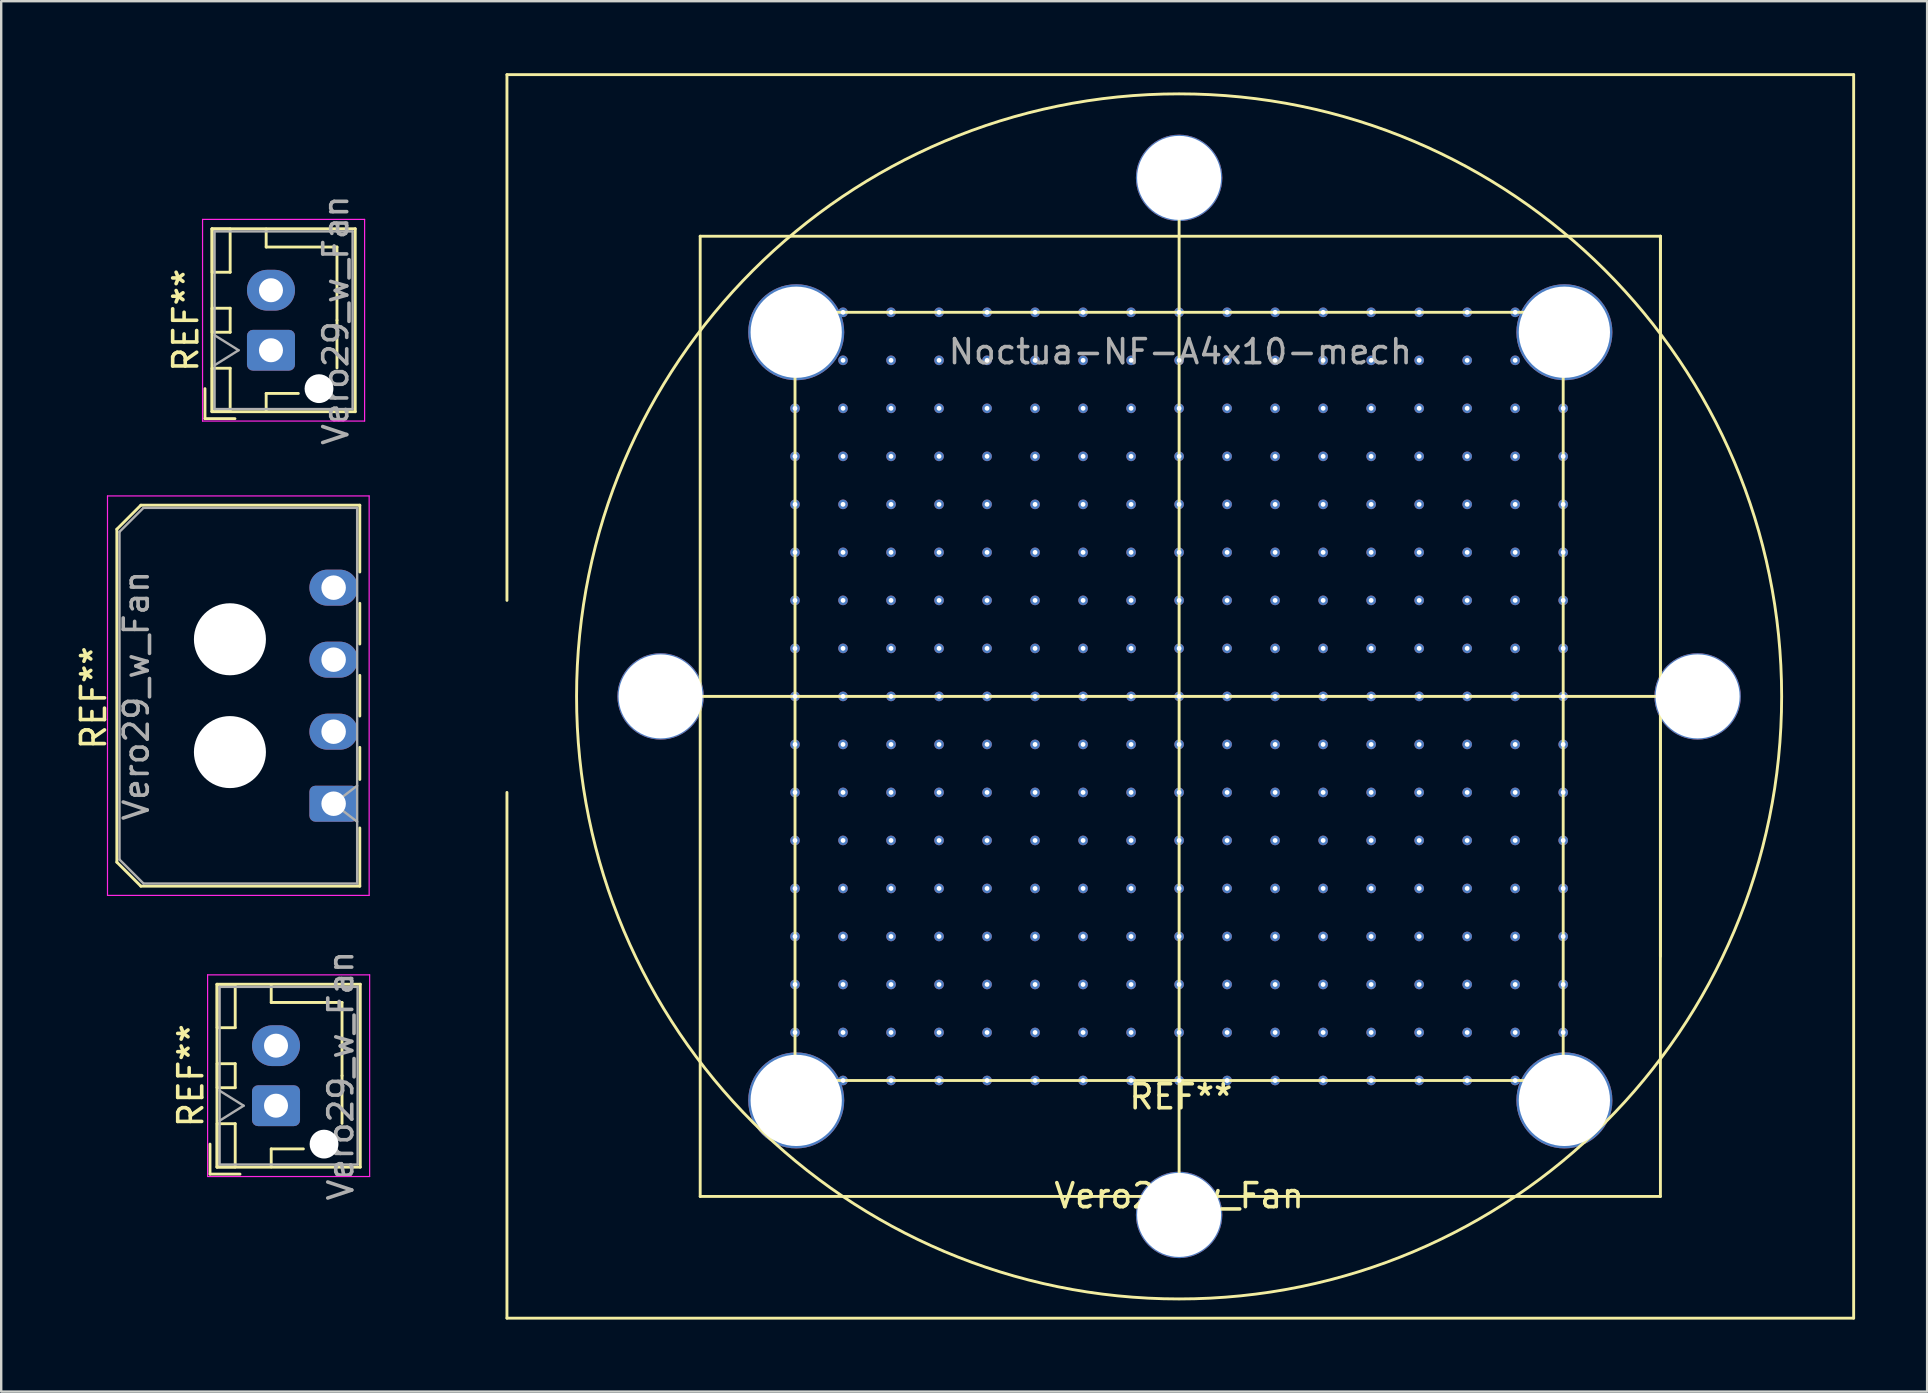
<source format=kicad_pcb>
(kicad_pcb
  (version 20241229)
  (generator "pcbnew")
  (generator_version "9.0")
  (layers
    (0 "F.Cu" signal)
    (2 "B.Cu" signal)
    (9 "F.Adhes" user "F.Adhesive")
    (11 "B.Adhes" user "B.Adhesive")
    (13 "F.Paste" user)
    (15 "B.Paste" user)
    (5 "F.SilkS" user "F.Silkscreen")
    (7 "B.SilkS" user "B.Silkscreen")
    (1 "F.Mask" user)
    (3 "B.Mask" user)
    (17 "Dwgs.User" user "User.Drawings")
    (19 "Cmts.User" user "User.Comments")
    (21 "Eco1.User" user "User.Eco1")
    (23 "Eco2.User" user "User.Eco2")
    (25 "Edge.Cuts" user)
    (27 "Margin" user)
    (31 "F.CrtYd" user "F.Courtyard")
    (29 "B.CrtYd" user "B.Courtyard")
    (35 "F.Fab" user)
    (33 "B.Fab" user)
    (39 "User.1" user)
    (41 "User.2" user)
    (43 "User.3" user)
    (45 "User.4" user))
  (footprint "Vero29_w_Fan"
    (layer "F.Cu")
    (at 46.068 25.96)
    (property "Reference" "Vero29_w_Fan" (at 0 20.8 0) (layer "F.SilkS") (effects (font (size 1 1) (thickness 0.15))))
    (attr through_hole)
    (fp_line (start -44.25 -6.965) (end -43.25 -7.965) (stroke (width 0.12) (type solid)) (layer "F.SilkS"))
    (fp_line (start -44.25 6.905) (end -44.25 -6.965) (stroke (width 0.12) (type solid)) (layer "F.SilkS"))
    (fp_line (start -43.25 -7.965) (end -34.13 -7.965) (stroke (width 0.12) (type solid)) (layer "F.SilkS"))
    (fp_line (start -43.25 7.905) (end -44.25 6.905) (stroke (width 0.12) (type solid)) (layer "F.SilkS"))
    (fp_line (start -40.58 -12.82) (end -40.58 -11.57) (stroke (width 0.12) (type solid)) (layer "F.SilkS"))
    (fp_line (start -40.58 -11.57) (end -39.33 -11.57) (stroke (width 0.12) (type solid)) (layer "F.SilkS"))
    (fp_line (start -40.37 18.65) (end -40.37 19.9) (stroke (width 0.12) (type solid)) (layer "F.SilkS"))
    (fp_line (start -40.37 19.9) (end -39.12 19.9) (stroke (width 0.12) (type solid)) (layer "F.SilkS"))
    (fp_line (start -40.29 -19.48) (end -40.29 -11.86) (stroke (width 0.12) (type solid)) (layer "F.SilkS"))
    (fp_line (start -40.29 -11.86) (end -34.32 -11.86) (stroke (width 0.12) (type solid)) (layer "F.SilkS"))
    (fp_line (start -40.28 -19.47) (end -40.28 -17.67) (stroke (width 0.12) (type solid)) (layer "F.SilkS"))
    (fp_line (start -40.28 -17.67) (end -39.53 -17.67) (stroke (width 0.12) (type solid)) (layer "F.SilkS"))
    (fp_line (start -40.28 -16.17) (end -40.28 -15.17) (stroke (width 0.12) (type solid)) (layer "F.SilkS"))
    (fp_line (start -40.28 -15.17) (end -39.53 -15.17) (stroke (width 0.12) (type solid)) (layer "F.SilkS"))
    (fp_line (start -40.28 -13.67) (end -40.28 -11.87) (stroke (width 0.12) (type solid)) (layer "F.SilkS"))
    (fp_line (start -40.28 -11.87) (end -39.53 -11.87) (stroke (width 0.12) (type solid)) (layer "F.SilkS"))
    (fp_line (start -40.08 11.99) (end -40.08 19.61) (stroke (width 0.12) (type solid)) (layer "F.SilkS"))
    (fp_line (start -40.08 19.61) (end -34.11 19.61) (stroke (width 0.12) (type solid)) (layer "F.SilkS"))
    (fp_line (start -40.07 12) (end -40.07 13.8) (stroke (width 0.12) (type solid)) (layer "F.SilkS"))
    (fp_line (start -40.07 13.8) (end -39.32 13.8) (stroke (width 0.12) (type solid)) (layer "F.SilkS"))
    (fp_line (start -40.07 15.3) (end -40.07 16.3) (stroke (width 0.12) (type solid)) (layer "F.SilkS"))
    (fp_line (start -40.07 16.3) (end -39.32 16.3) (stroke (width 0.12) (type solid)) (layer "F.SilkS"))
    (fp_line (start -40.07 17.8) (end -40.07 19.6) (stroke (width 0.12) (type solid)) (layer "F.SilkS"))
    (fp_line (start -40.07 19.6) (end -39.32 19.6) (stroke (width 0.12) (type solid)) (layer "F.SilkS"))
    (fp_line (start -39.53 -19.47) (end -40.28 -19.47) (stroke (width 0.12) (type solid)) (layer "F.SilkS"))
    (fp_line (start -39.53 -17.67) (end -39.53 -19.47) (stroke (width 0.12) (type solid)) (layer "F.SilkS"))
    (fp_line (start -39.53 -16.17) (end -40.28 -16.17) (stroke (width 0.12) (type solid)) (layer "F.SilkS"))
    (fp_line (start -39.53 -15.17) (end -39.53 -16.17) (stroke (width 0.12) (type solid)) (layer "F.SilkS"))
    (fp_line (start -39.53 -13.67) (end -40.28 -13.67) (stroke (width 0.12) (type solid)) (layer "F.SilkS"))
    (fp_line (start -39.53 -11.87) (end -39.53 -13.67) (stroke (width 0.12) (type solid)) (layer "F.SilkS"))
    (fp_line (start -39.32 12) (end -40.07 12) (stroke (width 0.12) (type solid)) (layer "F.SilkS"))
    (fp_line (start -39.32 13.8) (end -39.32 12) (stroke (width 0.12) (type solid)) (layer "F.SilkS"))
    (fp_line (start -39.32 15.3) (end -40.07 15.3) (stroke (width 0.12) (type solid)) (layer "F.SilkS"))
    (fp_line (start -39.32 16.3) (end -39.32 15.3) (stroke (width 0.12) (type solid)) (layer "F.SilkS"))
    (fp_line (start -39.32 17.8) (end -40.07 17.8) (stroke (width 0.12) (type solid)) (layer "F.SilkS"))
    (fp_line (start -39.32 19.6) (end -39.32 17.8) (stroke (width 0.12) (type solid)) (layer "F.SilkS"))
    (fp_line (start -38.03 -19.47) (end -38.03 -18.72) (stroke (width 0.12) (type solid)) (layer "F.SilkS"))
    (fp_line (start -38.03 -18.72) (end -35.08 -18.72) (stroke (width 0.12) (type solid)) (layer "F.SilkS"))
    (fp_line (start -38.03 -12.62) (end -36.69 -12.62) (stroke (width 0.12) (type solid)) (layer "F.SilkS"))
    (fp_line (start -38.03 -11.87) (end -38.03 -12.62) (stroke (width 0.12) (type solid)) (layer "F.SilkS"))
    (fp_line (start -37.82 12) (end -37.82 12.75) (stroke (width 0.12) (type solid)) (layer "F.SilkS"))
    (fp_line (start -37.82 12.75) (end -34.87 12.75) (stroke (width 0.12) (type solid)) (layer "F.SilkS"))
    (fp_line (start -37.82 18.85) (end -36.48 18.85) (stroke (width 0.12) (type solid)) (layer "F.SilkS"))
    (fp_line (start -37.82 19.6) (end -37.82 18.85) (stroke (width 0.12) (type solid)) (layer "F.SilkS"))
    (fp_line (start -35.08 -18.72) (end -35.08 -15.67) (stroke (width 0.12) (type solid)) (layer "F.SilkS"))
    (fp_line (start -35.08 -15.67) (end -35.08 -13.68) (stroke (width 0.12) (type solid)) (layer "F.SilkS"))
    (fp_line (start -34.87 12.75) (end -34.87 15.8) (stroke (width 0.12) (type solid)) (layer "F.SilkS"))
    (fp_line (start -34.87 15.8) (end -34.87 17.79) (stroke (width 0.12) (type solid)) (layer "F.SilkS"))
    (fp_line (start -34.32 -19.48) (end -40.29 -19.48) (stroke (width 0.12) (type solid)) (layer "F.SilkS"))
    (fp_line (start -34.32 -11.86) (end -34.32 -19.48) (stroke (width 0.12) (type solid)) (layer "F.SilkS"))
    (fp_line (start -34.13 -7.965) (end -34.13 -5.182) (stroke (width 0.12) (type solid)) (layer "F.SilkS"))
    (fp_line (start -34.13 -2.182) (end -34.13 -3.878) (stroke (width 0.12) (type solid)) (layer "F.SilkS"))
    (fp_line (start -34.13 0.818) (end -34.13 -0.878) (stroke (width 0.12) (type solid)) (layer "F.SilkS"))
    (fp_line (start -34.13 3.46) (end -34.13 2.122) (stroke (width 0.12) (type solid)) (layer "F.SilkS"))
    (fp_line (start -34.13 7.905) (end -43.25 7.905) (stroke (width 0.12) (type solid)) (layer "F.SilkS"))
    (fp_line (start -34.13 7.905) (end -34.13 5.48) (stroke (width 0.12) (type solid)) (layer "F.SilkS"))
    (fp_line (start -34.11 11.99) (end -40.08 11.99) (stroke (width 0.12) (type solid)) (layer "F.SilkS"))
    (fp_line (start -34.11 19.61) (end -34.11 11.99) (stroke (width 0.12) (type solid)) (layer "F.SilkS"))
    (fp_line (start -28 -25.9) (end 28.1 -25.9) (stroke (width 0.12) (type solid)) (layer "F.SilkS"))
    (fp_line (start -28 -4) (end -28 -25.9) (stroke (width 0.12) (type solid)) (layer "F.SilkS"))
    (fp_line (start -28 25.9) (end -28 4) (stroke (width 0.12) (type solid)) (layer "F.SilkS"))
    (fp_line (start -21.5 0) (end 21.5 0) (stroke (width 0.12) (type solid)) (layer "F.SilkS"))
    (fp_line (start -19.95 -19.17) (end -19.95 20.83) (stroke (width 0.12) (type solid)) (layer "F.SilkS"))
    (fp_line (start -19.95 -19.17) (end 20.05 -19.17) (stroke (width 0.12) (type solid)) (layer "F.SilkS"))
    (fp_line (start -19.95 20.83) (end 20.05 20.83) (stroke (width 0.12) (type solid)) (layer "F.SilkS"))
    (fp_line (start -16 -16) (end -16 16) (stroke (width 0.12) (type solid)) (layer "F.SilkS"))
    (fp_line (start -16 -16) (end 16 -16) (stroke (width 0.12) (type solid)) (layer "F.SilkS"))
    (fp_line (start -16 16) (end 16 16) (stroke (width 0.12) (type solid)) (layer "F.SilkS"))
    (fp_line (start 0 21.5) (end 0 -21.5) (stroke (width 0.12) (type solid)) (layer "F.SilkS"))
    (fp_line (start 16 16) (end 16 -16) (stroke (width 0.12) (type solid)) (layer "F.SilkS"))
    (fp_line (start 20.05 -19.17) (end 20.05 20.83) (stroke (width 0.12) (type solid)) (layer "F.SilkS"))
    (fp_line (start 20.05 10.83) (end 20.05 -19.17) (stroke (width 0.12) (type solid)) (layer "F.SilkS"))
    (fp_line (start 28.1 -25.9) (end 28.1 25.9) (stroke (width 0.12) (type solid)) (layer "F.SilkS"))
    (fp_line (start 28.1 25.9) (end -28 25.9) (stroke (width 0.12) (type solid)) (layer "F.SilkS"))
    (fp_circle (center 0 0) (end 25.1 0) (stroke (width 0.12) (type solid)) (fill no) (layer "F.SilkS"))
    (fp_line (start -44.64 -8.35) (end -33.74 -8.35) (stroke (width 0.05) (type solid)) (layer "F.CrtYd"))
    (fp_line (start -44.64 8.29) (end -44.64 -8.35) (stroke (width 0.05) (type solid)) (layer "F.CrtYd"))
    (fp_line (start -40.68 -19.87) (end -40.68 -11.47) (stroke (width 0.05) (type solid)) (layer "F.CrtYd"))
    (fp_line (start -40.68 -11.47) (end -33.93 -11.47) (stroke (width 0.05) (type solid)) (layer "F.CrtYd"))
    (fp_line (start -40.47 11.6) (end -40.47 20) (stroke (width 0.05) (type solid)) (layer "F.CrtYd"))
    (fp_line (start -40.47 20) (end -33.72 20) (stroke (width 0.05) (type solid)) (layer "F.CrtYd"))
    (fp_line (start -33.93 -19.87) (end -40.68 -19.87) (stroke (width 0.05) (type solid)) (layer "F.CrtYd"))
    (fp_line (start -33.93 -11.47) (end -33.93 -19.87) (stroke (width 0.05) (type solid)) (layer "F.CrtYd"))
    (fp_line (start -33.74 -8.35) (end -33.74 8.29) (stroke (width 0.05) (type solid)) (layer "F.CrtYd"))
    (fp_line (start -33.74 8.29) (end -44.64 8.29) (stroke (width 0.05) (type solid)) (layer "F.CrtYd"))
    (fp_line (start -33.72 11.6) (end -40.47 11.6) (stroke (width 0.05) (type solid)) (layer "F.CrtYd"))
    (fp_line (start -33.72 20) (end -33.72 11.6) (stroke (width 0.05) (type solid)) (layer "F.CrtYd"))
    (fp_line (start -44.14 -6.855) (end -43.14 -7.855) (stroke (width 0.1) (type solid)) (layer "F.Fab"))
    (fp_line (start -44.14 6.795) (end -44.14 -6.855) (stroke (width 0.1) (type solid)) (layer "F.Fab"))
    (fp_line (start -43.14 -7.855) (end -34.24 -7.855) (stroke (width 0.1) (type solid)) (layer "F.Fab"))
    (fp_line (start -43.14 7.795) (end -44.14 6.795) (stroke (width 0.1) (type solid)) (layer "F.Fab"))
    (fp_line (start -40.18 -19.37) (end -40.18 -11.97) (stroke (width 0.1) (type solid)) (layer "F.Fab"))
    (fp_line (start -40.18 -13.795) (end -39.18 -14.42) (stroke (width 0.1) (type solid)) (layer "F.Fab"))
    (fp_line (start -40.18 -11.97) (end -34.43 -11.97) (stroke (width 0.1) (type solid)) (layer "F.Fab"))
    (fp_line (start -39.97 12.1) (end -39.97 19.5) (stroke (width 0.1) (type solid)) (layer "F.Fab"))
    (fp_line (start -39.97 17.675) (end -38.97 17.05) (stroke (width 0.1) (type solid)) (layer "F.Fab"))
    (fp_line (start -39.97 19.5) (end -34.22 19.5) (stroke (width 0.1) (type solid)) (layer "F.Fab"))
    (fp_line (start -39.18 -14.42) (end -40.18 -15.045) (stroke (width 0.1) (type solid)) (layer "F.Fab"))
    (fp_line (start -38.97 17.05) (end -39.97 16.425) (stroke (width 0.1) (type solid)) (layer "F.Fab"))
    (fp_line (start -35.22 4.47) (end -34.24 3.72) (stroke (width 0.1) (type solid)) (layer "F.Fab"))
    (fp_line (start -34.43 -19.37) (end -40.18 -19.37) (stroke (width 0.1) (type solid)) (layer "F.Fab"))
    (fp_line (start -34.43 -11.97) (end -34.43 -19.37) (stroke (width 0.1) (type solid)) (layer "F.Fab"))
    (fp_line (start -34.24 -7.855) (end -34.24 7.795) (stroke (width 0.1) (type solid)) (layer "F.Fab"))
    (fp_line (start -34.24 5.22) (end -35.22 4.47) (stroke (width 0.1) (type solid)) (layer "F.Fab"))
    (fp_line (start -34.24 7.795) (end -43.14 7.795) (stroke (width 0.1) (type solid)) (layer "F.Fab"))
    (fp_line (start -34.22 12.1) (end -39.97 12.1) (stroke (width 0.1) (type solid)) (layer "F.Fab"))
    (fp_line (start -34.22 19.5) (end -34.22 12.1) (stroke (width 0.1) (type solid)) (layer "F.Fab"))
    (fp_text user "REF**" (at -41.17 15.8 270) (layer "F.SilkS") (effects (font (size 1 1) (thickness 0.15))))
    (fp_text user "REF**" (at 0.075 16.68 0) (layer "F.SilkS") (effects (font (size 1 1) (thickness 0.15))))
    (fp_text user "REF**" (at -41.38 -15.67 270) (layer "F.SilkS") (effects (font (size 1 1) (thickness 0.15))))
    (fp_text user "REF**" (at -45.22 0.06 90) (layer "F.SilkS") (effects (font (size 1 1) (thickness 0.15))))
    (fp_text user "${REFERENCE}" (at -43.44 -0.03 270) (layer "F.Fab") (effects (font (size 1 1) (thickness 0.15))))
    (fp_text user "${REFERENCE}" (at -35.13 -15.67 270) (layer "F.Fab") (effects (font (size 1 1) (thickness 0.15))))
    (fp_text user "Noctua-NF-A4x10-mech" (at 0.05 -14.359 0) (layer "F.Fab") (effects (font (size 1 1) (thickness 0.15))))
    (fp_text user "${REFERENCE}" (at -34.92 15.8 270) (layer "F.Fab") (effects (font (size 1 1) (thickness 0.15))))
    (pad "" np_thru_hole circle (at -39.54 -2.38 90) (size 3 3) (drill 3) (layers "*.Cu" "*.Mask"))
    (pad "" np_thru_hole circle (at -39.54 2.32 90) (size 3 3) (drill 3) (layers "*.Cu" "*.Mask"))
    (pad "" np_thru_hole circle (at -35.83 -12.82 90) (size 1.2 1.2) (drill 1.2) (layers "*.Cu" "*.Mask"))
    (pad "" np_thru_hole circle (at -35.62 18.65 90) (size 1.2 1.2) (drill 1.2) (layers "*.Cu" "*.Mask"))
    (pad "0" thru_hole circle (at -21.6 0) (size 3.6 3.6) (drill 3.5) (layers "*.Cu" "*.Mask"))
    (pad "0" thru_hole circle (at -16 -16) (size 0.4 0.4) (drill 0.2) (layers "*.Cu" "*.Mask"))
    (pad "0" thru_hole circle (at -16 -14) (size 0.4 0.4) (drill 0.2) (layers "*.Cu" "*.Mask"))
    (pad "0" thru_hole circle (at -16 -12) (size 0.4 0.4) (drill 0.2) (layers "*.Cu" "*.Mask"))
    (pad "0" thru_hole circle (at -16 -10) (size 0.4 0.4) (drill 0.2) (layers "*.Cu" "*.Mask"))
    (pad "0" thru_hole circle (at -16 -8) (size 0.4 0.4) (drill 0.2) (layers "*.Cu" "*.Mask"))
    (pad "0" thru_hole circle (at -16 -6) (size 0.4 0.4) (drill 0.2) (layers "*.Cu" "*.Mask"))
    (pad "0" thru_hole circle (at -16 -4) (size 0.4 0.4) (drill 0.2) (layers "*.Cu" "*.Mask"))
    (pad "0" thru_hole circle (at -16 -2) (size 0.4 0.4) (drill 0.2) (layers "*.Cu" "*.Mask"))
    (pad "0" thru_hole circle (at -16 0) (size 0.4 0.4) (drill 0.2) (layers "*.Cu" "*.Mask"))
    (pad "0" thru_hole circle (at -16 2) (size 0.4 0.4) (drill 0.2) (layers "*.Cu" "*.Mask"))
    (pad "0" thru_hole circle (at -16 4) (size 0.4 0.4) (drill 0.2) (layers "*.Cu" "*.Mask"))
    (pad "0" thru_hole circle (at -16 6) (size 0.4 0.4) (drill 0.2) (layers "*.Cu" "*.Mask"))
    (pad "0" thru_hole circle (at -16 8) (size 0.4 0.4) (drill 0.2) (layers "*.Cu" "*.Mask"))
    (pad "0" thru_hole circle (at -16 10) (size 0.4 0.4) (drill 0.2) (layers "*.Cu" "*.Mask"))
    (pad "0" thru_hole circle (at -16 12) (size 0.4 0.4) (drill 0.2) (layers "*.Cu" "*.Mask"))
    (pad "0" thru_hole circle (at -16 14) (size 0.4 0.4) (drill 0.2) (layers "*.Cu" "*.Mask"))
    (pad "0" thru_hole circle (at -16 16) (size 0.4 0.4) (drill 0.2) (layers "*.Cu" "*.Mask"))
    (pad "0" thru_hole circle (at -15.95 -15.17) (size 4 4) (drill 3.8) (layers "*.Cu" "*.Mask"))
    (pad "0" thru_hole circle (at -15.95 16.83) (size 4 4) (drill 3.8) (layers "*.Cu" "*.Mask"))
    (pad "0" thru_hole circle (at -14 -16) (size 0.4 0.4) (drill 0.2) (layers "*.Cu" "*.Mask"))
    (pad "0" thru_hole circle (at -14 -14) (size 0.4 0.4) (drill 0.2) (layers "*.Cu" "*.Mask"))
    (pad "0" thru_hole circle (at -14 -12) (size 0.4 0.4) (drill 0.2) (layers "*.Cu" "*.Mask"))
    (pad "0" thru_hole circle (at -14 -10) (size 0.4 0.4) (drill 0.2) (layers "*.Cu" "*.Mask"))
    (pad "0" thru_hole circle (at -14 -8) (size 0.4 0.4) (drill 0.2) (layers "*.Cu" "*.Mask"))
    (pad "0" thru_hole circle (at -14 -6) (size 0.4 0.4) (drill 0.2) (layers "*.Cu" "*.Mask"))
    (pad "0" thru_hole circle (at -14 -4) (size 0.4 0.4) (drill 0.2) (layers "*.Cu" "*.Mask"))
    (pad "0" thru_hole circle (at -14 -2) (size 0.4 0.4) (drill 0.2) (layers "*.Cu" "*.Mask"))
    (pad "0" thru_hole circle (at -14 0) (size 0.4 0.4) (drill 0.2) (layers "*.Cu" "*.Mask"))
    (pad "0" thru_hole circle (at -14 2) (size 0.4 0.4) (drill 0.2) (layers "*.Cu" "*.Mask"))
    (pad "0" thru_hole circle (at -14 4) (size 0.4 0.4) (drill 0.2) (layers "*.Cu" "*.Mask"))
    (pad "0" thru_hole circle (at -14 6) (size 0.4 0.4) (drill 0.2) (layers "*.Cu" "*.Mask"))
    (pad "0" thru_hole circle (at -14 8) (size 0.4 0.4) (drill 0.2) (layers "*.Cu" "*.Mask"))
    (pad "0" thru_hole circle (at -14 10) (size 0.4 0.4) (drill 0.2) (layers "*.Cu" "*.Mask"))
    (pad "0" thru_hole circle (at -14 12) (size 0.4 0.4) (drill 0.2) (layers "*.Cu" "*.Mask"))
    (pad "0" thru_hole circle (at -14 14) (size 0.4 0.4) (drill 0.2) (layers "*.Cu" "*.Mask"))
    (pad "0" thru_hole circle (at -14 16) (size 0.4 0.4) (drill 0.2) (layers "*.Cu" "*.Mask"))
    (pad "0" thru_hole circle (at -12 -16) (size 0.4 0.4) (drill 0.2) (layers "*.Cu" "*.Mask"))
    (pad "0" thru_hole circle (at -12 -14) (size 0.4 0.4) (drill 0.2) (layers "*.Cu" "*.Mask"))
    (pad "0" thru_hole circle (at -12 -12) (size 0.4 0.4) (drill 0.2) (layers "*.Cu" "*.Mask"))
    (pad "0" thru_hole circle (at -12 -10) (size 0.4 0.4) (drill 0.2) (layers "*.Cu" "*.Mask"))
    (pad "0" thru_hole circle (at -12 -8) (size 0.4 0.4) (drill 0.2) (layers "*.Cu" "*.Mask"))
    (pad "0" thru_hole circle (at -12 -6) (size 0.4 0.4) (drill 0.2) (layers "*.Cu" "*.Mask"))
    (pad "0" thru_hole circle (at -12 -4) (size 0.4 0.4) (drill 0.2) (layers "*.Cu" "*.Mask"))
    (pad "0" thru_hole circle (at -12 -2) (size 0.4 0.4) (drill 0.2) (layers "*.Cu" "*.Mask"))
    (pad "0" thru_hole circle (at -12 0) (size 0.4 0.4) (drill 0.2) (layers "*.Cu" "*.Mask"))
    (pad "0" thru_hole circle (at -12 2) (size 0.4 0.4) (drill 0.2) (layers "*.Cu" "*.Mask"))
    (pad "0" thru_hole circle (at -12 4) (size 0.4 0.4) (drill 0.2) (layers "*.Cu" "*.Mask"))
    (pad "0" thru_hole circle (at -12 6) (size 0.4 0.4) (drill 0.2) (layers "*.Cu" "*.Mask"))
    (pad "0" thru_hole circle (at -12 8) (size 0.4 0.4) (drill 0.2) (layers "*.Cu" "*.Mask"))
    (pad "0" thru_hole circle (at -12 10) (size 0.4 0.4) (drill 0.2) (layers "*.Cu" "*.Mask"))
    (pad "0" thru_hole circle (at -12 12) (size 0.4 0.4) (drill 0.2) (layers "*.Cu" "*.Mask"))
    (pad "0" thru_hole circle (at -12 14) (size 0.4 0.4) (drill 0.2) (layers "*.Cu" "*.Mask"))
    (pad "0" thru_hole circle (at -12 16) (size 0.4 0.4) (drill 0.2) (layers "*.Cu" "*.Mask"))
    (pad "0" thru_hole circle (at -10 -16) (size 0.4 0.4) (drill 0.2) (layers "*.Cu" "*.Mask"))
    (pad "0" thru_hole circle (at -10 -14) (size 0.4 0.4) (drill 0.2) (layers "*.Cu" "*.Mask"))
    (pad "0" thru_hole circle (at -10 -12) (size 0.4 0.4) (drill 0.2) (layers "*.Cu" "*.Mask"))
    (pad "0" thru_hole circle (at -10 -10) (size 0.4 0.4) (drill 0.2) (layers "*.Cu" "*.Mask"))
    (pad "0" thru_hole circle (at -10 -8) (size 0.4 0.4) (drill 0.2) (layers "*.Cu" "*.Mask"))
    (pad "0" thru_hole circle (at -10 -6) (size 0.4 0.4) (drill 0.2) (layers "*.Cu" "*.Mask"))
    (pad "0" thru_hole circle (at -10 -4) (size 0.4 0.4) (drill 0.2) (layers "*.Cu" "*.Mask"))
    (pad "0" thru_hole circle (at -10 -2) (size 0.4 0.4) (drill 0.2) (layers "*.Cu" "*.Mask"))
    (pad "0" thru_hole circle (at -10 0) (size 0.4 0.4) (drill 0.2) (layers "*.Cu" "*.Mask"))
    (pad "0" thru_hole circle (at -10 2) (size 0.4 0.4) (drill 0.2) (layers "*.Cu" "*.Mask"))
    (pad "0" thru_hole circle (at -10 4) (size 0.4 0.4) (drill 0.2) (layers "*.Cu" "*.Mask"))
    (pad "0" thru_hole circle (at -10 6) (size 0.4 0.4) (drill 0.2) (layers "*.Cu" "*.Mask"))
    (pad "0" thru_hole circle (at -10 8) (size 0.4 0.4) (drill 0.2) (layers "*.Cu" "*.Mask"))
    (pad "0" thru_hole circle (at -10 10) (size 0.4 0.4) (drill 0.2) (layers "*.Cu" "*.Mask"))
    (pad "0" thru_hole circle (at -10 12) (size 0.4 0.4) (drill 0.2) (layers "*.Cu" "*.Mask"))
    (pad "0" thru_hole circle (at -10 14) (size 0.4 0.4) (drill 0.2) (layers "*.Cu" "*.Mask"))
    (pad "0" thru_hole circle (at -10 16) (size 0.4 0.4) (drill 0.2) (layers "*.Cu" "*.Mask"))
    (pad "0" thru_hole circle (at -8 -16) (size 0.4 0.4) (drill 0.2) (layers "*.Cu" "*.Mask"))
    (pad "0" thru_hole circle (at -8 -14) (size 0.4 0.4) (drill 0.2) (layers "*.Cu" "*.Mask"))
    (pad "0" thru_hole circle (at -8 -12) (size 0.4 0.4) (drill 0.2) (layers "*.Cu" "*.Mask"))
    (pad "0" thru_hole circle (at -8 -10) (size 0.4 0.4) (drill 0.2) (layers "*.Cu" "*.Mask"))
    (pad "0" thru_hole circle (at -8 -8) (size 0.4 0.4) (drill 0.2) (layers "*.Cu" "*.Mask"))
    (pad "0" thru_hole circle (at -8 -6) (size 0.4 0.4) (drill 0.2) (layers "*.Cu" "*.Mask"))
    (pad "0" thru_hole circle (at -8 -4) (size 0.4 0.4) (drill 0.2) (layers "*.Cu" "*.Mask"))
    (pad "0" thru_hole circle (at -8 -2) (size 0.4 0.4) (drill 0.2) (layers "*.Cu" "*.Mask"))
    (pad "0" thru_hole circle (at -8 0) (size 0.4 0.4) (drill 0.2) (layers "*.Cu" "*.Mask"))
    (pad "0" thru_hole circle (at -8 2) (size 0.4 0.4) (drill 0.2) (layers "*.Cu" "*.Mask"))
    (pad "0" thru_hole circle (at -8 4) (size 0.4 0.4) (drill 0.2) (layers "*.Cu" "*.Mask"))
    (pad "0" thru_hole circle (at -8 6) (size 0.4 0.4) (drill 0.2) (layers "*.Cu" "*.Mask"))
    (pad "0" thru_hole circle (at -8 8) (size 0.4 0.4) (drill 0.2) (layers "*.Cu" "*.Mask"))
    (pad "0" thru_hole circle (at -8 10) (size 0.4 0.4) (drill 0.2) (layers "*.Cu" "*.Mask"))
    (pad "0" thru_hole circle (at -8 12) (size 0.4 0.4) (drill 0.2) (layers "*.Cu" "*.Mask"))
    (pad "0" thru_hole circle (at -8 14) (size 0.4 0.4) (drill 0.2) (layers "*.Cu" "*.Mask"))
    (pad "0" thru_hole circle (at -8 16) (size 0.4 0.4) (drill 0.2) (layers "*.Cu" "*.Mask"))
    (pad "0" thru_hole circle (at -6 -16) (size 0.4 0.4) (drill 0.2) (layers "*.Cu" "*.Mask"))
    (pad "0" thru_hole circle (at -6 -14) (size 0.4 0.4) (drill 0.2) (layers "*.Cu" "*.Mask"))
    (pad "0" thru_hole circle (at -6 -12) (size 0.4 0.4) (drill 0.2) (layers "*.Cu" "*.Mask"))
    (pad "0" thru_hole circle (at -6 -10) (size 0.4 0.4) (drill 0.2) (layers "*.Cu" "*.Mask"))
    (pad "0" thru_hole circle (at -6 -8) (size 0.4 0.4) (drill 0.2) (layers "*.Cu" "*.Mask"))
    (pad "0" thru_hole circle (at -6 -6) (size 0.4 0.4) (drill 0.2) (layers "*.Cu" "*.Mask"))
    (pad "0" thru_hole circle (at -6 -4) (size 0.4 0.4) (drill 0.2) (layers "*.Cu" "*.Mask"))
    (pad "0" thru_hole circle (at -6 -2) (size 0.4 0.4) (drill 0.2) (layers "*.Cu" "*.Mask"))
    (pad "0" thru_hole circle (at -6 0) (size 0.4 0.4) (drill 0.2) (layers "*.Cu" "*.Mask"))
    (pad "0" thru_hole circle (at -6 2) (size 0.4 0.4) (drill 0.2) (layers "*.Cu" "*.Mask"))
    (pad "0" thru_hole circle (at -6 4) (size 0.4 0.4) (drill 0.2) (layers "*.Cu" "*.Mask"))
    (pad "0" thru_hole circle (at -6 6) (size 0.4 0.4) (drill 0.2) (layers "*.Cu" "*.Mask"))
    (pad "0" thru_hole circle (at -6 8) (size 0.4 0.4) (drill 0.2) (layers "*.Cu" "*.Mask"))
    (pad "0" thru_hole circle (at -6 10) (size 0.4 0.4) (drill 0.2) (layers "*.Cu" "*.Mask"))
    (pad "0" thru_hole circle (at -6 12) (size 0.4 0.4) (drill 0.2) (layers "*.Cu" "*.Mask"))
    (pad "0" thru_hole circle (at -6 14) (size 0.4 0.4) (drill 0.2) (layers "*.Cu" "*.Mask"))
    (pad "0" thru_hole circle (at -6 16) (size 0.4 0.4) (drill 0.2) (layers "*.Cu" "*.Mask"))
    (pad "0" thru_hole circle (at -4 -16) (size 0.4 0.4) (drill 0.2) (layers "*.Cu" "*.Mask"))
    (pad "0" thru_hole circle (at -4 -14) (size 0.4 0.4) (drill 0.2) (layers "*.Cu" "*.Mask"))
    (pad "0" thru_hole circle (at -4 -12) (size 0.4 0.4) (drill 0.2) (layers "*.Cu" "*.Mask"))
    (pad "0" thru_hole circle (at -4 -10) (size 0.4 0.4) (drill 0.2) (layers "*.Cu" "*.Mask"))
    (pad "0" thru_hole circle (at -4 -8) (size 0.4 0.4) (drill 0.2) (layers "*.Cu" "*.Mask"))
    (pad "0" thru_hole circle (at -4 -6) (size 0.4 0.4) (drill 0.2) (layers "*.Cu" "*.Mask"))
    (pad "0" thru_hole circle (at -4 -4) (size 0.4 0.4) (drill 0.2) (layers "*.Cu" "*.Mask"))
    (pad "0" thru_hole circle (at -4 -2) (size 0.4 0.4) (drill 0.2) (layers "*.Cu" "*.Mask"))
    (pad "0" thru_hole circle (at -4 0) (size 0.4 0.4) (drill 0.2) (layers "*.Cu" "*.Mask"))
    (pad "0" thru_hole circle (at -4 2) (size 0.4 0.4) (drill 0.2) (layers "*.Cu" "*.Mask"))
    (pad "0" thru_hole circle (at -4 4) (size 0.4 0.4) (drill 0.2) (layers "*.Cu" "*.Mask"))
    (pad "0" thru_hole circle (at -4 6) (size 0.4 0.4) (drill 0.2) (layers "*.Cu" "*.Mask"))
    (pad "0" thru_hole circle (at -4 8) (size 0.4 0.4) (drill 0.2) (layers "*.Cu" "*.Mask"))
    (pad "0" thru_hole circle (at -4 10) (size 0.4 0.4) (drill 0.2) (layers "*.Cu" "*.Mask"))
    (pad "0" thru_hole circle (at -4 12) (size 0.4 0.4) (drill 0.2) (layers "*.Cu" "*.Mask"))
    (pad "0" thru_hole circle (at -4 14) (size 0.4 0.4) (drill 0.2) (layers "*.Cu" "*.Mask"))
    (pad "0" thru_hole circle (at -4 16) (size 0.4 0.4) (drill 0.2) (layers "*.Cu" "*.Mask"))
    (pad "0" thru_hole circle (at -2 -16) (size 0.4 0.4) (drill 0.2) (layers "*.Cu" "*.Mask"))
    (pad "0" thru_hole circle (at -2 -14) (size 0.4 0.4) (drill 0.2) (layers "*.Cu" "*.Mask"))
    (pad "0" thru_hole circle (at -2 -12) (size 0.4 0.4) (drill 0.2) (layers "*.Cu" "*.Mask"))
    (pad "0" thru_hole circle (at -2 -10) (size 0.4 0.4) (drill 0.2) (layers "*.Cu" "*.Mask"))
    (pad "0" thru_hole circle (at -2 -8) (size 0.4 0.4) (drill 0.2) (layers "*.Cu" "*.Mask"))
    (pad "0" thru_hole circle (at -2 -6) (size 0.4 0.4) (drill 0.2) (layers "*.Cu" "*.Mask"))
    (pad "0" thru_hole circle (at -2 -4) (size 0.4 0.4) (drill 0.2) (layers "*.Cu" "*.Mask"))
    (pad "0" thru_hole circle (at -2 -2) (size 0.4 0.4) (drill 0.2) (layers "*.Cu" "*.Mask"))
    (pad "0" thru_hole circle (at -2 0) (size 0.4 0.4) (drill 0.2) (layers "*.Cu" "*.Mask"))
    (pad "0" thru_hole circle (at -2 2) (size 0.4 0.4) (drill 0.2) (layers "*.Cu" "*.Mask"))
    (pad "0" thru_hole circle (at -2 4) (size 0.4 0.4) (drill 0.2) (layers "*.Cu" "*.Mask"))
    (pad "0" thru_hole circle (at -2 6) (size 0.4 0.4) (drill 0.2) (layers "*.Cu" "*.Mask"))
    (pad "0" thru_hole circle (at -2 8) (size 0.4 0.4) (drill 0.2) (layers "*.Cu" "*.Mask"))
    (pad "0" thru_hole circle (at -2 10) (size 0.4 0.4) (drill 0.2) (layers "*.Cu" "*.Mask"))
    (pad "0" thru_hole circle (at -2 12) (size 0.4 0.4) (drill 0.2) (layers "*.Cu" "*.Mask"))
    (pad "0" thru_hole circle (at -2 14) (size 0.4 0.4) (drill 0.2) (layers "*.Cu" "*.Mask"))
    (pad "0" thru_hole circle (at -2 16) (size 0.4 0.4) (drill 0.2) (layers "*.Cu" "*.Mask"))
    (pad "0" thru_hole circle (at 0 -21.6) (size 3.6 3.6) (drill 3.5) (layers "*.Cu" "*.Mask"))
    (pad "0" thru_hole circle (at 0 -16) (size 0.4 0.4) (drill 0.2) (layers "*.Cu" "*.Mask"))
    (pad "0" thru_hole circle (at 0 -14) (size 0.4 0.4) (drill 0.2) (layers "*.Cu" "*.Mask"))
    (pad "0" thru_hole circle (at 0 -12) (size 0.4 0.4) (drill 0.2) (layers "*.Cu" "*.Mask"))
    (pad "0" thru_hole circle (at 0 -10) (size 0.4 0.4) (drill 0.2) (layers "*.Cu" "*.Mask"))
    (pad "0" thru_hole circle (at 0 -8) (size 0.4 0.4) (drill 0.2) (layers "*.Cu" "*.Mask"))
    (pad "0" thru_hole circle (at 0 -6) (size 0.4 0.4) (drill 0.2) (layers "*.Cu" "*.Mask"))
    (pad "0" thru_hole circle (at 0 -4) (size 0.4 0.4) (drill 0.2) (layers "*.Cu" "*.Mask"))
    (pad "0" thru_hole circle (at 0 -2) (size 0.4 0.4) (drill 0.2) (layers "*.Cu" "*.Mask"))
    (pad "0" thru_hole circle (at 0 0) (size 0.4 0.4) (drill 0.2) (layers "*.Cu" "*.Mask"))
    (pad "0" thru_hole circle (at 0 2) (size 0.4 0.4) (drill 0.2) (layers "*.Cu" "*.Mask"))
    (pad "0" thru_hole circle (at 0 4) (size 0.4 0.4) (drill 0.2) (layers "*.Cu" "*.Mask"))
    (pad "0" thru_hole circle (at 0 6) (size 0.4 0.4) (drill 0.2) (layers "*.Cu" "*.Mask"))
    (pad "0" thru_hole circle (at 0 8) (size 0.4 0.4) (drill 0.2) (layers "*.Cu" "*.Mask"))
    (pad "0" thru_hole circle (at 0 10) (size 0.4 0.4) (drill 0.2) (layers "*.Cu" "*.Mask"))
    (pad "0" thru_hole circle (at 0 12) (size 0.4 0.4) (drill 0.2) (layers "*.Cu" "*.Mask"))
    (pad "0" thru_hole circle (at 0 14) (size 0.4 0.4) (drill 0.2) (layers "*.Cu" "*.Mask"))
    (pad "0" thru_hole circle (at 0 16) (size 0.4 0.4) (drill 0.2) (layers "*.Cu" "*.Mask"))
    (pad "0" thru_hole circle (at 0 21.6) (size 3.6 3.6) (drill 3.5) (layers "*.Cu" "*.Mask"))
    (pad "0" thru_hole circle (at 2 -16) (size 0.4 0.4) (drill 0.2) (layers "*.Cu" "*.Mask"))
    (pad "0" thru_hole circle (at 2 -14) (size 0.4 0.4) (drill 0.2) (layers "*.Cu" "*.Mask"))
    (pad "0" thru_hole circle (at 2 -12) (size 0.4 0.4) (drill 0.2) (layers "*.Cu" "*.Mask"))
    (pad "0" thru_hole circle (at 2 -10) (size 0.4 0.4) (drill 0.2) (layers "*.Cu" "*.Mask"))
    (pad "0" thru_hole circle (at 2 -8) (size 0.4 0.4) (drill 0.2) (layers "*.Cu" "*.Mask"))
    (pad "0" thru_hole circle (at 2 -6) (size 0.4 0.4) (drill 0.2) (layers "*.Cu" "*.Mask"))
    (pad "0" thru_hole circle (at 2 -4) (size 0.4 0.4) (drill 0.2) (layers "*.Cu" "*.Mask"))
    (pad "0" thru_hole circle (at 2 -2) (size 0.4 0.4) (drill 0.2) (layers "*.Cu" "*.Mask"))
    (pad "0" thru_hole circle (at 2 0) (size 0.4 0.4) (drill 0.2) (layers "*.Cu" "*.Mask"))
    (pad "0" thru_hole circle (at 2 2) (size 0.4 0.4) (drill 0.2) (layers "*.Cu" "*.Mask"))
    (pad "0" thru_hole circle (at 2 4) (size 0.4 0.4) (drill 0.2) (layers "*.Cu" "*.Mask"))
    (pad "0" thru_hole circle (at 2 6) (size 0.4 0.4) (drill 0.2) (layers "*.Cu" "*.Mask"))
    (pad "0" thru_hole circle (at 2 8) (size 0.4 0.4) (drill 0.2) (layers "*.Cu" "*.Mask"))
    (pad "0" thru_hole circle (at 2 10) (size 0.4 0.4) (drill 0.2) (layers "*.Cu" "*.Mask"))
    (pad "0" thru_hole circle (at 2 12) (size 0.4 0.4) (drill 0.2) (layers "*.Cu" "*.Mask"))
    (pad "0" thru_hole circle (at 2 14) (size 0.4 0.4) (drill 0.2) (layers "*.Cu" "*.Mask"))
    (pad "0" thru_hole circle (at 2 16) (size 0.4 0.4) (drill 0.2) (layers "*.Cu" "*.Mask"))
    (pad "0" thru_hole circle (at 4 -16) (size 0.4 0.4) (drill 0.2) (layers "*.Cu" "*.Mask"))
    (pad "0" thru_hole circle (at 4 -14) (size 0.4 0.4) (drill 0.2) (layers "*.Cu" "*.Mask"))
    (pad "0" thru_hole circle (at 4 -12) (size 0.4 0.4) (drill 0.2) (layers "*.Cu" "*.Mask"))
    (pad "0" thru_hole circle (at 4 -10) (size 0.4 0.4) (drill 0.2) (layers "*.Cu" "*.Mask"))
    (pad "0" thru_hole circle (at 4 -8) (size 0.4 0.4) (drill 0.2) (layers "*.Cu" "*.Mask"))
    (pad "0" thru_hole circle (at 4 -6) (size 0.4 0.4) (drill 0.2) (layers "*.Cu" "*.Mask"))
    (pad "0" thru_hole circle (at 4 -4) (size 0.4 0.4) (drill 0.2) (layers "*.Cu" "*.Mask"))
    (pad "0" thru_hole circle (at 4 -2) (size 0.4 0.4) (drill 0.2) (layers "*.Cu" "*.Mask"))
    (pad "0" thru_hole circle (at 4 0) (size 0.4 0.4) (drill 0.2) (layers "*.Cu" "*.Mask"))
    (pad "0" thru_hole circle (at 4 2) (size 0.4 0.4) (drill 0.2) (layers "*.Cu" "*.Mask"))
    (pad "0" thru_hole circle (at 4 4) (size 0.4 0.4) (drill 0.2) (layers "*.Cu" "*.Mask"))
    (pad "0" thru_hole circle (at 4 6) (size 0.4 0.4) (drill 0.2) (layers "*.Cu" "*.Mask"))
    (pad "0" thru_hole circle (at 4 8) (size 0.4 0.4) (drill 0.2) (layers "*.Cu" "*.Mask"))
    (pad "0" thru_hole circle (at 4 10) (size 0.4 0.4) (drill 0.2) (layers "*.Cu" "*.Mask"))
    (pad "0" thru_hole circle (at 4 12) (size 0.4 0.4) (drill 0.2) (layers "*.Cu" "*.Mask"))
    (pad "0" thru_hole circle (at 4 14) (size 0.4 0.4) (drill 0.2) (layers "*.Cu" "*.Mask"))
    (pad "0" thru_hole circle (at 4 16) (size 0.4 0.4) (drill 0.2) (layers "*.Cu" "*.Mask"))
    (pad "0" thru_hole circle (at 6 -16) (size 0.4 0.4) (drill 0.2) (layers "*.Cu" "*.Mask"))
    (pad "0" thru_hole circle (at 6 -14) (size 0.4 0.4) (drill 0.2) (layers "*.Cu" "*.Mask"))
    (pad "0" thru_hole circle (at 6 -12) (size 0.4 0.4) (drill 0.2) (layers "*.Cu" "*.Mask"))
    (pad "0" thru_hole circle (at 6 -10) (size 0.4 0.4) (drill 0.2) (layers "*.Cu" "*.Mask"))
    (pad "0" thru_hole circle (at 6 -8) (size 0.4 0.4) (drill 0.2) (layers "*.Cu" "*.Mask"))
    (pad "0" thru_hole circle (at 6 -6) (size 0.4 0.4) (drill 0.2) (layers "*.Cu" "*.Mask"))
    (pad "0" thru_hole circle (at 6 -4) (size 0.4 0.4) (drill 0.2) (layers "*.Cu" "*.Mask"))
    (pad "0" thru_hole circle (at 6 -2) (size 0.4 0.4) (drill 0.2) (layers "*.Cu" "*.Mask"))
    (pad "0" thru_hole circle (at 6 0) (size 0.4 0.4) (drill 0.2) (layers "*.Cu" "*.Mask"))
    (pad "0" thru_hole circle (at 6 2) (size 0.4 0.4) (drill 0.2) (layers "*.Cu" "*.Mask"))
    (pad "0" thru_hole circle (at 6 4) (size 0.4 0.4) (drill 0.2) (layers "*.Cu" "*.Mask"))
    (pad "0" thru_hole circle (at 6 6) (size 0.4 0.4) (drill 0.2) (layers "*.Cu" "*.Mask"))
    (pad "0" thru_hole circle (at 6 8) (size 0.4 0.4) (drill 0.2) (layers "*.Cu" "*.Mask"))
    (pad "0" thru_hole circle (at 6 10) (size 0.4 0.4) (drill 0.2) (layers "*.Cu" "*.Mask"))
    (pad "0" thru_hole circle (at 6 12) (size 0.4 0.4) (drill 0.2) (layers "*.Cu" "*.Mask"))
    (pad "0" thru_hole circle (at 6 14) (size 0.4 0.4) (drill 0.2) (layers "*.Cu" "*.Mask"))
    (pad "0" thru_hole circle (at 6 16) (size 0.4 0.4) (drill 0.2) (layers "*.Cu" "*.Mask"))
    (pad "0" thru_hole circle (at 8 -16) (size 0.4 0.4) (drill 0.2) (layers "*.Cu" "*.Mask"))
    (pad "0" thru_hole circle (at 8 -14) (size 0.4 0.4) (drill 0.2) (layers "*.Cu" "*.Mask"))
    (pad "0" thru_hole circle (at 8 -12) (size 0.4 0.4) (drill 0.2) (layers "*.Cu" "*.Mask"))
    (pad "0" thru_hole circle (at 8 -10) (size 0.4 0.4) (drill 0.2) (layers "*.Cu" "*.Mask"))
    (pad "0" thru_hole circle (at 8 -8) (size 0.4 0.4) (drill 0.2) (layers "*.Cu" "*.Mask"))
    (pad "0" thru_hole circle (at 8 -6) (size 0.4 0.4) (drill 0.2) (layers "*.Cu" "*.Mask"))
    (pad "0" thru_hole circle (at 8 -4) (size 0.4 0.4) (drill 0.2) (layers "*.Cu" "*.Mask"))
    (pad "0" thru_hole circle (at 8 -2) (size 0.4 0.4) (drill 0.2) (layers "*.Cu" "*.Mask"))
    (pad "0" thru_hole circle (at 8 0) (size 0.4 0.4) (drill 0.2) (layers "*.Cu" "*.Mask"))
    (pad "0" thru_hole circle (at 8 2) (size 0.4 0.4) (drill 0.2) (layers "*.Cu" "*.Mask"))
    (pad "0" thru_hole circle (at 8 4) (size 0.4 0.4) (drill 0.2) (layers "*.Cu" "*.Mask"))
    (pad "0" thru_hole circle (at 8 6) (size 0.4 0.4) (drill 0.2) (layers "*.Cu" "*.Mask"))
    (pad "0" thru_hole circle (at 8 8) (size 0.4 0.4) (drill 0.2) (layers "*.Cu" "*.Mask"))
    (pad "0" thru_hole circle (at 8 10) (size 0.4 0.4) (drill 0.2) (layers "*.Cu" "*.Mask"))
    (pad "0" thru_hole circle (at 8 12) (size 0.4 0.4) (drill 0.2) (layers "*.Cu" "*.Mask"))
    (pad "0" thru_hole circle (at 8 14) (size 0.4 0.4) (drill 0.2) (layers "*.Cu" "*.Mask"))
    (pad "0" thru_hole circle (at 8 16) (size 0.4 0.4) (drill 0.2) (layers "*.Cu" "*.Mask"))
    (pad "0" thru_hole circle (at 10 -16) (size 0.4 0.4) (drill 0.2) (layers "*.Cu" "*.Mask"))
    (pad "0" thru_hole circle (at 10 -14) (size 0.4 0.4) (drill 0.2) (layers "*.Cu" "*.Mask"))
    (pad "0" thru_hole circle (at 10 -12) (size 0.4 0.4) (drill 0.2) (layers "*.Cu" "*.Mask"))
    (pad "0" thru_hole circle (at 10 -10) (size 0.4 0.4) (drill 0.2) (layers "*.Cu" "*.Mask"))
    (pad "0" thru_hole circle (at 10 -8) (size 0.4 0.4) (drill 0.2) (layers "*.Cu" "*.Mask"))
    (pad "0" thru_hole circle (at 10 -6) (size 0.4 0.4) (drill 0.2) (layers "*.Cu" "*.Mask"))
    (pad "0" thru_hole circle (at 10 -4) (size 0.4 0.4) (drill 0.2) (layers "*.Cu" "*.Mask"))
    (pad "0" thru_hole circle (at 10 -2) (size 0.4 0.4) (drill 0.2) (layers "*.Cu" "*.Mask"))
    (pad "0" thru_hole circle (at 10 0) (size 0.4 0.4) (drill 0.2) (layers "*.Cu" "*.Mask"))
    (pad "0" thru_hole circle (at 10 2) (size 0.4 0.4) (drill 0.2) (layers "*.Cu" "*.Mask"))
    (pad "0" thru_hole circle (at 10 4) (size 0.4 0.4) (drill 0.2) (layers "*.Cu" "*.Mask"))
    (pad "0" thru_hole circle (at 10 6) (size 0.4 0.4) (drill 0.2) (layers "*.Cu" "*.Mask"))
    (pad "0" thru_hole circle (at 10 8) (size 0.4 0.4) (drill 0.2) (layers "*.Cu" "*.Mask"))
    (pad "0" thru_hole circle (at 10 10) (size 0.4 0.4) (drill 0.2) (layers "*.Cu" "*.Mask"))
    (pad "0" thru_hole circle (at 10 12) (size 0.4 0.4) (drill 0.2) (layers "*.Cu" "*.Mask"))
    (pad "0" thru_hole circle (at 10 14) (size 0.4 0.4) (drill 0.2) (layers "*.Cu" "*.Mask"))
    (pad "0" thru_hole circle (at 10 16) (size 0.4 0.4) (drill 0.2) (layers "*.Cu" "*.Mask"))
    (pad "0" thru_hole circle (at 12 -16) (size 0.4 0.4) (drill 0.2) (layers "*.Cu" "*.Mask"))
    (pad "0" thru_hole circle (at 12 -14) (size 0.4 0.4) (drill 0.2) (layers "*.Cu" "*.Mask"))
    (pad "0" thru_hole circle (at 12 -12) (size 0.4 0.4) (drill 0.2) (layers "*.Cu" "*.Mask"))
    (pad "0" thru_hole circle (at 12 -10) (size 0.4 0.4) (drill 0.2) (layers "*.Cu" "*.Mask"))
    (pad "0" thru_hole circle (at 12 -8) (size 0.4 0.4) (drill 0.2) (layers "*.Cu" "*.Mask"))
    (pad "0" thru_hole circle (at 12 -6) (size 0.4 0.4) (drill 0.2) (layers "*.Cu" "*.Mask"))
    (pad "0" thru_hole circle (at 12 -4) (size 0.4 0.4) (drill 0.2) (layers "*.Cu" "*.Mask"))
    (pad "0" thru_hole circle (at 12 -2) (size 0.4 0.4) (drill 0.2) (layers "*.Cu" "*.Mask"))
    (pad "0" thru_hole circle (at 12 0) (size 0.4 0.4) (drill 0.2) (layers "*.Cu" "*.Mask"))
    (pad "0" thru_hole circle (at 12 2) (size 0.4 0.4) (drill 0.2) (layers "*.Cu" "*.Mask"))
    (pad "0" thru_hole circle (at 12 4) (size 0.4 0.4) (drill 0.2) (layers "*.Cu" "*.Mask"))
    (pad "0" thru_hole circle (at 12 6) (size 0.4 0.4) (drill 0.2) (layers "*.Cu" "*.Mask"))
    (pad "0" thru_hole circle (at 12 8) (size 0.4 0.4) (drill 0.2) (layers "*.Cu" "*.Mask"))
    (pad "0" thru_hole circle (at 12 10) (size 0.4 0.4) (drill 0.2) (layers "*.Cu" "*.Mask"))
    (pad "0" thru_hole circle (at 12 12) (size 0.4 0.4) (drill 0.2) (layers "*.Cu" "*.Mask"))
    (pad "0" thru_hole circle (at 12 14) (size 0.4 0.4) (drill 0.2) (layers "*.Cu" "*.Mask"))
    (pad "0" thru_hole circle (at 12 16) (size 0.4 0.4) (drill 0.2) (layers "*.Cu" "*.Mask"))
    (pad "0" thru_hole circle (at 14 -16) (size 0.4 0.4) (drill 0.2) (layers "*.Cu" "*.Mask"))
    (pad "0" thru_hole circle (at 14 -14) (size 0.4 0.4) (drill 0.2) (layers "*.Cu" "*.Mask"))
    (pad "0" thru_hole circle (at 14 -12) (size 0.4 0.4) (drill 0.2) (layers "*.Cu" "*.Mask"))
    (pad "0" thru_hole circle (at 14 -10) (size 0.4 0.4) (drill 0.2) (layers "*.Cu" "*.Mask"))
    (pad "0" thru_hole circle (at 14 -8) (size 0.4 0.4) (drill 0.2) (layers "*.Cu" "*.Mask"))
    (pad "0" thru_hole circle (at 14 -6) (size 0.4 0.4) (drill 0.2) (layers "*.Cu" "*.Mask"))
    (pad "0" thru_hole circle (at 14 -4) (size 0.4 0.4) (drill 0.2) (layers "*.Cu" "*.Mask"))
    (pad "0" thru_hole circle (at 14 -2) (size 0.4 0.4) (drill 0.2) (layers "*.Cu" "*.Mask"))
    (pad "0" thru_hole circle (at 14 0) (size 0.4 0.4) (drill 0.2) (layers "*.Cu" "*.Mask"))
    (pad "0" thru_hole circle (at 14 2) (size 0.4 0.4) (drill 0.2) (layers "*.Cu" "*.Mask"))
    (pad "0" thru_hole circle (at 14 4) (size 0.4 0.4) (drill 0.2) (layers "*.Cu" "*.Mask"))
    (pad "0" thru_hole circle (at 14 6) (size 0.4 0.4) (drill 0.2) (layers "*.Cu" "*.Mask"))
    (pad "0" thru_hole circle (at 14 8) (size 0.4 0.4) (drill 0.2) (layers "*.Cu" "*.Mask"))
    (pad "0" thru_hole circle (at 14 10) (size 0.4 0.4) (drill 0.2) (layers "*.Cu" "*.Mask"))
    (pad "0" thru_hole circle (at 14 12) (size 0.4 0.4) (drill 0.2) (layers "*.Cu" "*.Mask"))
    (pad "0" thru_hole circle (at 14 14) (size 0.4 0.4) (drill 0.2) (layers "*.Cu" "*.Mask"))
    (pad "0" thru_hole circle (at 14 16) (size 0.4 0.4) (drill 0.2) (layers "*.Cu" "*.Mask"))
    (pad "0" thru_hole circle (at 16 -16) (size 0.4 0.4) (drill 0.2) (layers "*.Cu" "*.Mask"))
    (pad "0" thru_hole circle (at 16 -14) (size 0.4 0.4) (drill 0.2) (layers "*.Cu" "*.Mask"))
    (pad "0" thru_hole circle (at 16 -12) (size 0.4 0.4) (drill 0.2) (layers "*.Cu" "*.Mask"))
    (pad "0" thru_hole circle (at 16 -10) (size 0.4 0.4) (drill 0.2) (layers "*.Cu" "*.Mask"))
    (pad "0" thru_hole circle (at 16 -8) (size 0.4 0.4) (drill 0.2) (layers "*.Cu" "*.Mask"))
    (pad "0" thru_hole circle (at 16 -6) (size 0.4 0.4) (drill 0.2) (layers "*.Cu" "*.Mask"))
    (pad "0" thru_hole circle (at 16 -4) (size 0.4 0.4) (drill 0.2) (layers "*.Cu" "*.Mask"))
    (pad "0" thru_hole circle (at 16 -2) (size 0.4 0.4) (drill 0.2) (layers "*.Cu" "*.Mask"))
    (pad "0" thru_hole circle (at 16 0) (size 0.4 0.4) (drill 0.2) (layers "*.Cu" "*.Mask"))
    (pad "0" thru_hole circle (at 16 2) (size 0.4 0.4) (drill 0.2) (layers "*.Cu" "*.Mask"))
    (pad "0" thru_hole circle (at 16 4) (size 0.4 0.4) (drill 0.2) (layers "*.Cu" "*.Mask"))
    (pad "0" thru_hole circle (at 16 6) (size 0.4 0.4) (drill 0.2) (layers "*.Cu" "*.Mask"))
    (pad "0" thru_hole circle (at 16 8) (size 0.4 0.4) (drill 0.2) (layers "*.Cu" "*.Mask"))
    (pad "0" thru_hole circle (at 16 10) (size 0.4 0.4) (drill 0.2) (layers "*.Cu" "*.Mask"))
    (pad "0" thru_hole circle (at 16 12) (size 0.4 0.4) (drill 0.2) (layers "*.Cu" "*.Mask"))
    (pad "0" thru_hole circle (at 16 14) (size 0.4 0.4) (drill 0.2) (layers "*.Cu" "*.Mask"))
    (pad "0" thru_hole circle (at 16 16) (size 0.4 0.4) (drill 0.2) (layers "*.Cu" "*.Mask"))
    (pad "0" thru_hole circle (at 16.05 -15.17) (size 4 4) (drill 3.8) (layers "*.Cu" "*.Mask"))
    (pad "0" thru_hole circle (at 16.05 16.83) (size 4 4) (drill 3.8) (layers "*.Cu" "*.Mask"))
    (pad "0" thru_hole circle (at 21.6 0) (size 3.6 3.6) (drill 3.5) (layers "*.Cu" "*.Mask"))
    (pad "1" thru_hole roundrect (at -37.62 17.05 90) (size 1.7 2) (drill 1) (layers "*.Cu" "*.Mask") (roundrect_rratio 0.147))
    (pad "1" thru_hole roundrect (at -35.22 4.47 90) (size 1.5 2.02) (drill 1.02) (layers "*.Cu" "*.Mask") (roundrect_rratio 0.167))
    (pad "2" thru_hole oval (at -37.62 14.55 90) (size 1.7 2) (drill 1) (layers "*.Cu" "*.Mask"))
    (pad "2" thru_hole oval (at -35.22 1.47 90) (size 1.5 2.02) (drill 1.02) (layers "*.Cu" "*.Mask"))
    (pad "3" thru_hole roundrect (at -37.83 -14.42 90) (size 1.7 2) (drill 1) (layers "*.Cu" "*.Mask") (roundrect_rratio 0.147))
    (pad "3" thru_hole oval (at -35.22 -1.53 90) (size 1.5 2.02) (drill 1.02) (layers "*.Cu" "*.Mask"))
    (pad "4" thru_hole oval (at -37.83 -16.92 90) (size 1.7 2) (drill 1) (layers "*.Cu" "*.Mask"))
    (pad "4" thru_hole oval (at -35.22 -4.53 90) (size 1.5 2.02) (drill 1.02) (layers "*.Cu" "*.Mask")))
  (gr_rect
    (start -3 -3)
    (end 77.228 54.92)
    (stroke (width 0.1) (type default))
    (fill no)
    (layer "Edge.Cuts")))
</source>
